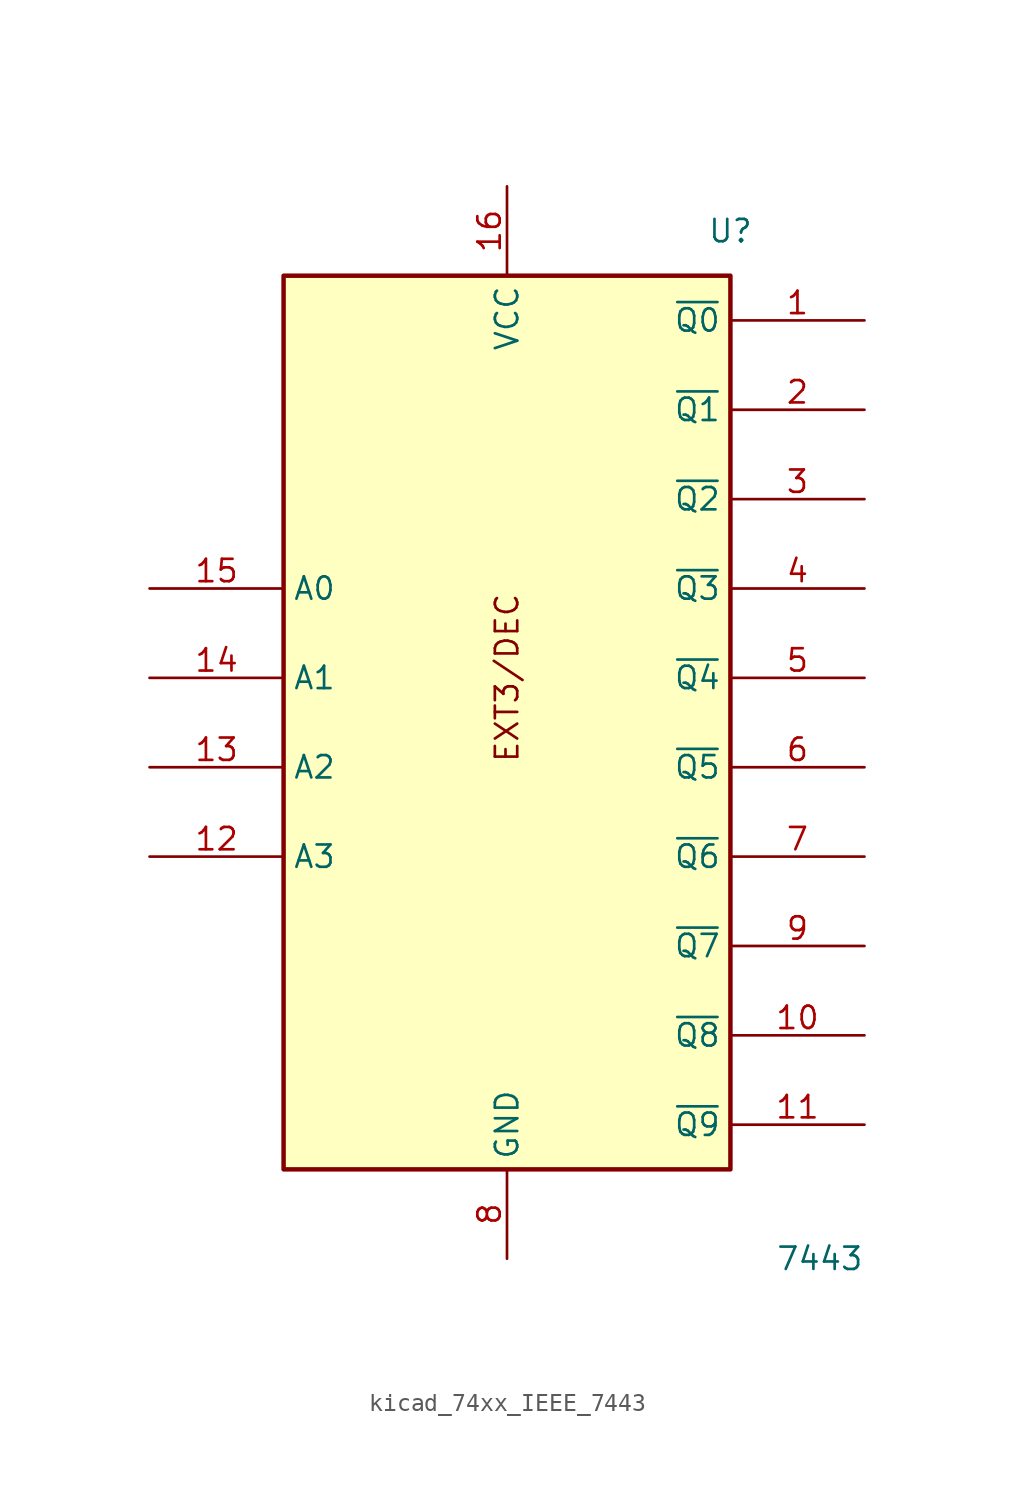
<source format=kicad_sym>
(kicad_symbol_lib
  (version 20220914)
  (generator kicad_symbol_editor)
  (symbol "kicad_74xx_IEEE_7443"
    (property "Reference" "U"
      (at 12.7 27.94 0)
      (effects (font (size 1.27 1.27))))
    (property "Value" "7443"
      (at 17.78 -30.48 0)
      (effects (font (size 1.27 1.27))))
    (symbol "kicad_74xx_IEEE_7443_0_0"
      (rectangle (start -12.7 25.4) (end 12.7 -25.4) (stroke (width 0.254) (type default)) (fill (type background)))
      (text "EXT3/DEC" (at 0 2.54 900) (effects (font (size 1.27 1.27))))
      (pin power_in line (at 0 30.48 270) (length 5.08) (name "VCC" (effects (font (size 1.27 1.27)))) (number "16" (effects (font (size 1.27 1.27)))))
      (pin power_in line (at 0 -30.48 90) (length 5.08) (name "GND" (effects (font (size 1.27 1.27)))) (number "8" (effects (font (size 1.27 1.27))))))
    (symbol "kicad_74xx_IEEE_7443_1_1"
      (pin output line (at 20.32 22.86 180) (length 7.62) (name "~{Q0}" (effects (font (size 1.27 1.27)))) (number "1" (effects (font (size 1.27 1.27)))))
      (pin output line (at 20.32 -17.78 180) (length 7.62) (name "~{Q8}" (effects (font (size 1.27 1.27)))) (number "10" (effects (font (size 1.27 1.27)))))
      (pin output line (at 20.32 -22.86 180) (length 7.62) (name "~{Q9}" (effects (font (size 1.27 1.27)))) (number "11" (effects (font (size 1.27 1.27)))))
      (pin input line (at -20.32 -7.62 0) (length 7.62) (name "A3" (effects (font (size 1.27 1.27)))) (number "12" (effects (font (size 1.27 1.27)))))
      (pin input line (at -20.32 -2.54 0) (length 7.62) (name "A2" (effects (font (size 1.27 1.27)))) (number "13" (effects (font (size 1.27 1.27)))))
      (pin input line (at -20.32 2.54 0) (length 7.62) (name "A1" (effects (font (size 1.27 1.27)))) (number "14" (effects (font (size 1.27 1.27)))))
      (pin input line (at -20.32 7.62 0) (length 7.62) (name "A0" (effects (font (size 1.27 1.27)))) (number "15" (effects (font (size 1.27 1.27)))))
      (pin output line (at 20.32 17.78 180) (length 7.62) (name "~{Q1}" (effects (font (size 1.27 1.27)))) (number "2" (effects (font (size 1.27 1.27)))))
      (pin output line (at 20.32 12.7 180) (length 7.62) (name "~{Q2}" (effects (font (size 1.27 1.27)))) (number "3" (effects (font (size 1.27 1.27)))))
      (pin output line (at 20.32 7.62 180) (length 7.62) (name "~{Q3}" (effects (font (size 1.27 1.27)))) (number "4" (effects (font (size 1.27 1.27)))))
      (pin output line (at 20.32 2.54 180) (length 7.62) (name "~{Q4}" (effects (font (size 1.27 1.27)))) (number "5" (effects (font (size 1.27 1.27)))))
      (pin output line (at 20.32 -2.54 180) (length 7.62) (name "~{Q5}" (effects (font (size 1.27 1.27)))) (number "6" (effects (font (size 1.27 1.27)))))
      (pin output line (at 20.32 -7.62 180) (length 7.62) (name "~{Q6}" (effects (font (size 1.27 1.27)))) (number "7" (effects (font (size 1.27 1.27)))))
      (pin output line (at 20.32 -12.7 180) (length 7.62) (name "~{Q7}" (effects (font (size 1.27 1.27)))) (number "9" (effects (font (size 1.27 1.27))))))))
</source>
